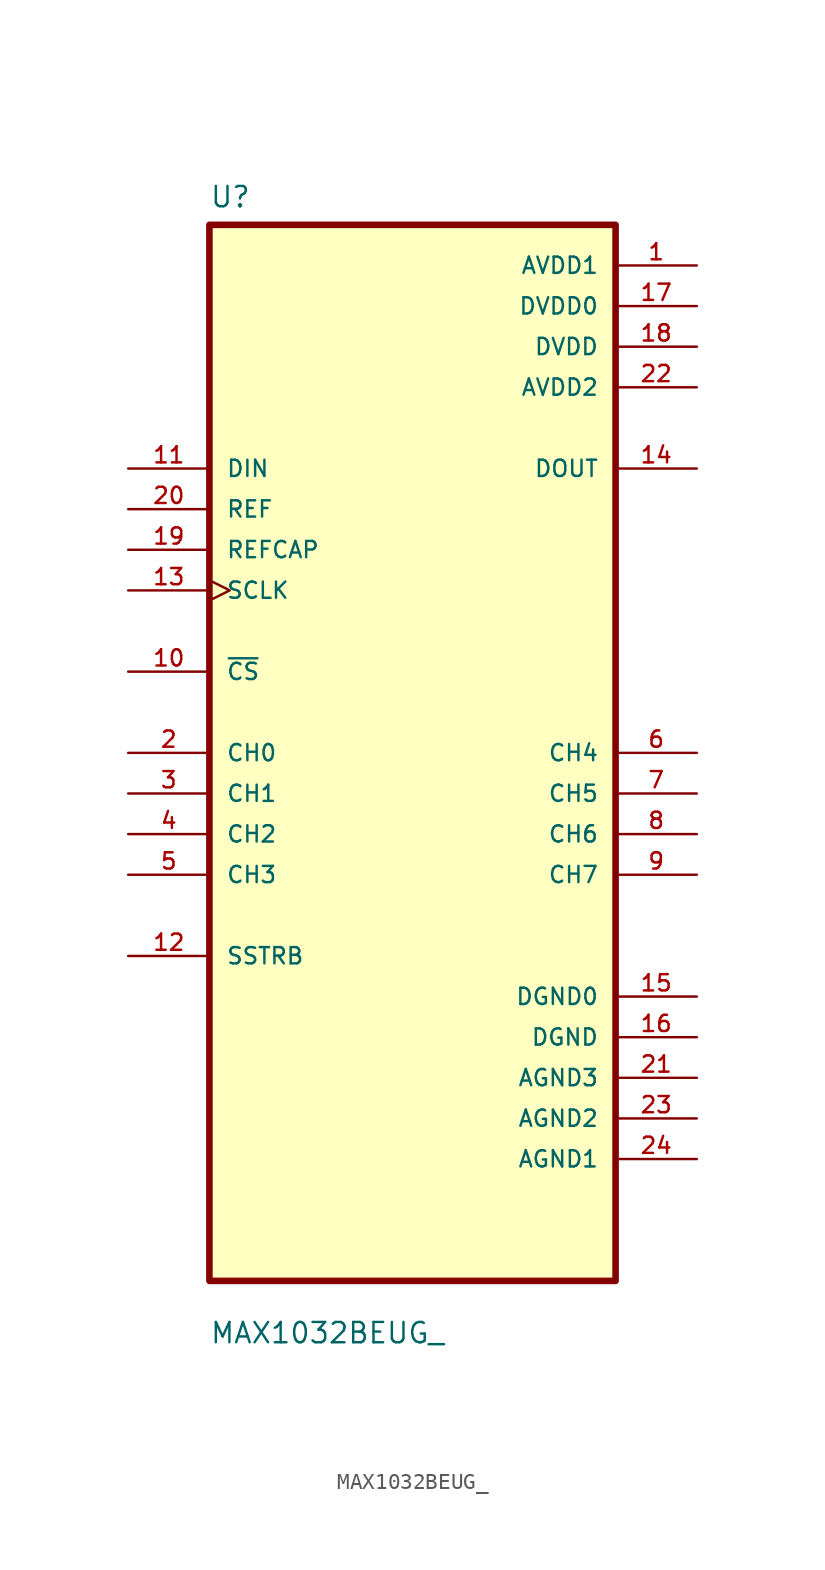
<source format=kicad_sym>
(kicad_symbol_lib
  (version 20211014)
  (generator kicad_symbol_editor)
  (symbol "MAX1032BEUG_"
    (pin_names
      (offset 1.016))
    (property "Reference" "U"
      (at -12.7 34.02 0.0)
      (effects (font (size 1.27 1.27)) (justify bottom left)))
    (property "Value" "MAX1032BEUG_"
      (at -12.7 -37.02 0.0)
      (effects (font (size 1.27 1.27)) (justify bottom left)))
    (symbol "MAX1032BEUG__0_0"
      (rectangle (start -12.7 -33.02) (end 12.7 33.02) (stroke (width 0.41)) (fill (type background)))
      (pin input line (at -17.78 17.78 0) (length 5.08) (name "DIN" (effects (font (size 1.016 1.016)))) (number "11" (effects (font (size 1.016 1.016)))))
      (pin input line (at -17.78 15.24 0) (length 5.08) (name "REF" (effects (font (size 1.016 1.016)))) (number "20" (effects (font (size 1.016 1.016)))))
      (pin input line (at -17.78 12.7 0) (length 5.08) (name "REFCAP" (effects (font (size 1.016 1.016)))) (number "19" (effects (font (size 1.016 1.016)))))
      (pin input clock (at -17.78 10.16 0) (length 5.08) (name "SCLK" (effects (font (size 1.016 1.016)))) (number "13" (effects (font (size 1.016 1.016)))))
      (pin bidirectional line (at -17.78 5.08 0) (length 5.08) (name "~{CS}" (effects (font (size 1.016 1.016)))) (number "10" (effects (font (size 1.016 1.016)))))
      (pin bidirectional line (at -17.78 7.10543e-15 0) (length 5.08) (name "CH0" (effects (font (size 1.016 1.016)))) (number "2" (effects (font (size 1.016 1.016)))))
      (pin bidirectional line (at -17.78 -2.54 0) (length 5.08) (name "CH1" (effects (font (size 1.016 1.016)))) (number "3" (effects (font (size 1.016 1.016)))))
      (pin bidirectional line (at -17.78 -5.08 0) (length 5.08) (name "CH2" (effects (font (size 1.016 1.016)))) (number "4" (effects (font (size 1.016 1.016)))))
      (pin bidirectional line (at -17.78 -7.62 0) (length 5.08) (name "CH3" (effects (font (size 1.016 1.016)))) (number "5" (effects (font (size 1.016 1.016)))))
      (pin bidirectional line (at -17.78 -12.7 0) (length 5.08) (name "SSTRB" (effects (font (size 1.016 1.016)))) (number "12" (effects (font (size 1.016 1.016)))))
      (pin power_in line (at 17.78 30.48 180.0) (length 5.08) (name "AVDD1" (effects (font (size 1.016 1.016)))) (number "1" (effects (font (size 1.016 1.016)))))
      (pin power_in line (at 17.78 27.94 180.0) (length 5.08) (name "DVDD0" (effects (font (size 1.016 1.016)))) (number "17" (effects (font (size 1.016 1.016)))))
      (pin power_in line (at 17.78 25.4 180.0) (length 5.08) (name "DVDD" (effects (font (size 1.016 1.016)))) (number "18" (effects (font (size 1.016 1.016)))))
      (pin power_in line (at 17.78 22.86 180.0) (length 5.08) (name "AVDD2" (effects (font (size 1.016 1.016)))) (number "22" (effects (font (size 1.016 1.016)))))
      (pin output line (at 17.78 17.78 180.0) (length 5.08) (name "DOUT" (effects (font (size 1.016 1.016)))) (number "14" (effects (font (size 1.016 1.016)))))
      (pin bidirectional line (at 17.78 8.88178e-15 180.0) (length 5.08) (name "CH4" (effects (font (size 1.016 1.016)))) (number "6" (effects (font (size 1.016 1.016)))))
      (pin bidirectional line (at 17.78 -2.54 180.0) (length 5.08) (name "CH5" (effects (font (size 1.016 1.016)))) (number "7" (effects (font (size 1.016 1.016)))))
      (pin bidirectional line (at 17.78 -5.08 180.0) (length 5.08) (name "CH6" (effects (font (size 1.016 1.016)))) (number "8" (effects (font (size 1.016 1.016)))))
      (pin bidirectional line (at 17.78 -7.62 180.0) (length 5.08) (name "CH7" (effects (font (size 1.016 1.016)))) (number "9" (effects (font (size 1.016 1.016)))))
      (pin power_in line (at 17.78 -15.24 180.0) (length 5.08) (name "DGND0" (effects (font (size 1.016 1.016)))) (number "15" (effects (font (size 1.016 1.016)))))
      (pin power_in line (at 17.78 -17.78 180.0) (length 5.08) (name "DGND" (effects (font (size 1.016 1.016)))) (number "16" (effects (font (size 1.016 1.016)))))
      (pin power_in line (at 17.78 -20.32 180.0) (length 5.08) (name "AGND3" (effects (font (size 1.016 1.016)))) (number "21" (effects (font (size 1.016 1.016)))))
      (pin power_in line (at 17.78 -22.86 180.0) (length 5.08) (name "AGND2" (effects (font (size 1.016 1.016)))) (number "23" (effects (font (size 1.016 1.016)))))
      (pin power_in line (at 17.78 -25.4 180.0) (length 5.08) (name "AGND1" (effects (font (size 1.016 1.016)))) (number "24" (effects (font (size 1.016 1.016))))))))
</source>
